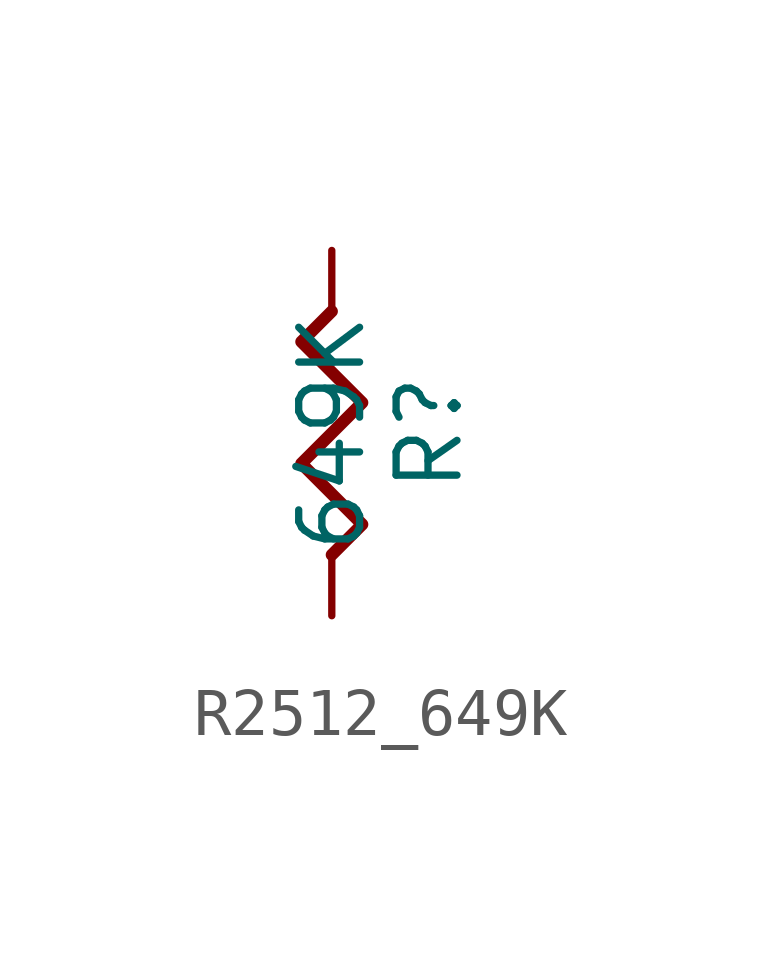
<source format=kicad_sym>
(kicad_symbol_lib
  (version 20211014)
  (generator atlantix-eda)
  (symbol "R2512_649K"
    (pin_numbers hide)
    (pin_names
      (offset 0))
    (property "Reference" "R"
      (at 2.032 0 90)
      (effects (font (size 1.27 1.27))))
    (property "Value" "649K"
      (at 0 0 90)
      (effects (font (size 1.27 1.27))))
    (symbol "R2512_649K_0_1"
      (polyline (pts (xy 0 -2.54) (xy 0.635 -1.905) (xy -0.635 -0.635) (xy 0.635 0.635) (xy -0.635 1.905) (xy 0 2.54)) (stroke (width 0.254) (type default) (color 0 0 0 0)) (fill (type none))))
    (symbol "R2512_649K_1_1"
      (pin passive line (at 0 3.81 270) (length 1.27) (name "~" (effects (font (size 1.27 1.27)))) (number "1" (effects (font (size 1.27 1.27)))))
      (pin passive line (at 0 -3.81 90) (length 1.27) (name "~" (effects (font (size 1.27 1.27)))) (number "2" (effects (font (size 1.27 1.27))))))))
</source>
